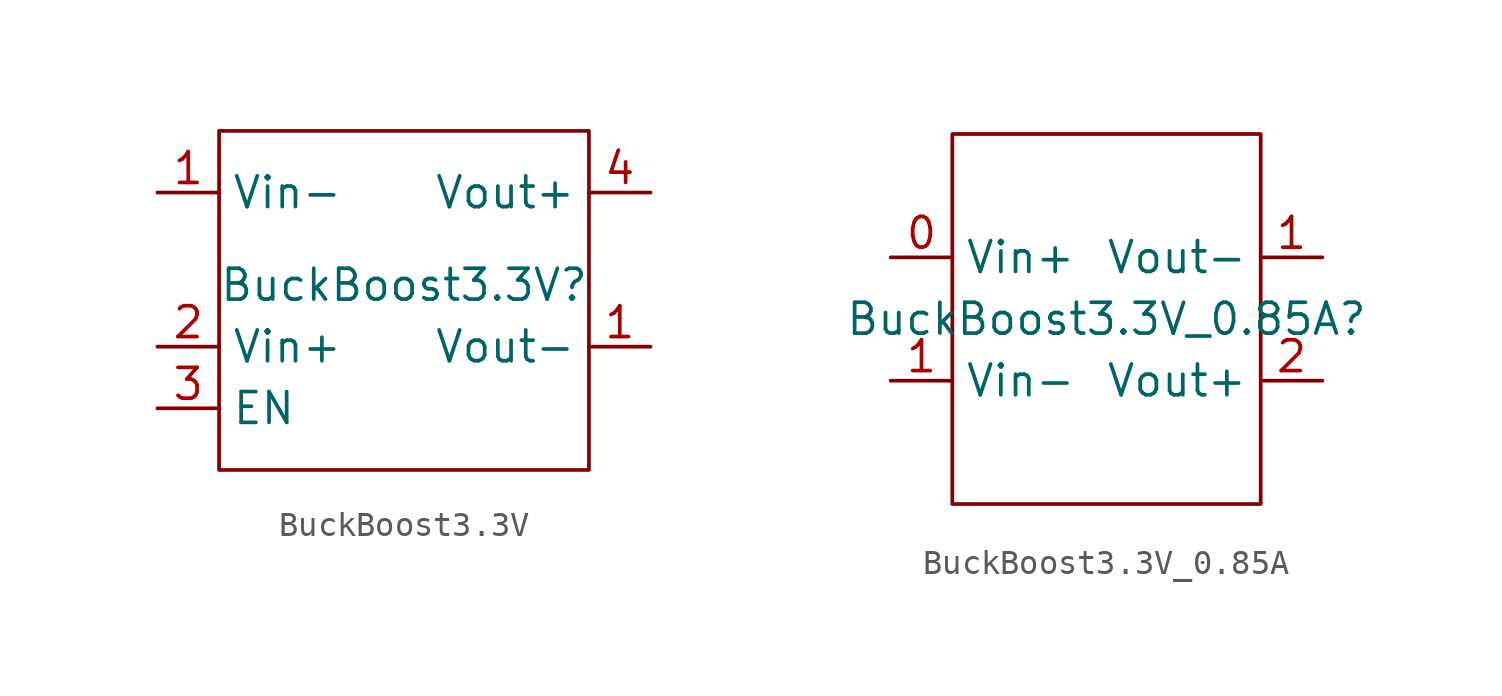
<source format=kicad_sym>
(kicad_symbol_lib
  (version 20231120)
  (generator "kicad_symbol_editor")
  (generator_version "8.0")
  (symbol "BuckBoost3.3V"
    (property "Reference" "BuckBoost3.3V"
      (at 0 0 0)
      (effects (font (size 1.27 1.27))))
    (property "Value" ""
      (at 0 0 0)
      (effects (font (size 1.27 1.27))))
    (symbol "BuckBoost3.3V_0_1"
      (rectangle (start -7.62 6.35) (end 7.62 -7.62) (stroke (width 0) (type default)) (fill (type none))))
    (symbol "BuckBoost3.3V_1_1"
      (pin input line (at -10.16 3.81 0) (length 2.54) (name "Vin-" (effects (font (size 1.27 1.27)))) (number "1" (effects (font (size 1.27 1.27)))))
      (pin output line (at 10.16 -2.54 180) (length 2.54) (name "Vout-" (effects (font (size 1.27 1.27)))) (number "1" (effects (font (size 1.27 1.27)))))
      (pin input line (at -10.16 -2.54 0) (length 2.54) (name "Vin+" (effects (font (size 1.27 1.27)))) (number "2" (effects (font (size 1.27 1.27)))))
      (pin input line (at -10.16 -5.08 0) (length 2.54) (name "EN" (effects (font (size 1.27 1.27)))) (number "3" (effects (font (size 1.27 1.27)))))
      (pin output line (at 10.16 3.81 180) (length 2.54) (name "Vout+" (effects (font (size 1.27 1.27)))) (number "4" (effects (font (size 1.27 1.27)))))))
  (symbol "BuckBoost3.3V_0.85A"
    (property "Reference" "BuckBoost3.3V_0.85A"
      (at 0 0 0)
      (effects (font (size 1.27 1.27))))
    (property "Value" ""
      (at 0 0 0)
      (effects (font (size 1.27 1.27))))
    (symbol "BuckBoost3.3V_0.85A_0_1"
      (rectangle (start -6.35 7.62) (end 6.35 -7.62) (stroke (width 0) (type default)) (fill (type none))))
    (symbol "BuckBoost3.3V_0.85A_1_1"
      (pin input line (at -8.89 2.54 0) (length 2.54) (name "Vin+" (effects (font (size 1.27 1.27)))) (number "0" (effects (font (size 1.27 1.27)))))
      (pin bidirectional line (at -8.89 -2.54 0) (length 2.54) (name "Vin-" (effects (font (size 1.27 1.27)))) (number "1" (effects (font (size 1.27 1.27)))))
      (pin bidirectional line (at 8.89 2.54 180) (length 2.54) (name "Vout-" (effects (font (size 1.27 1.27)))) (number "1" (effects (font (size 1.27 1.27)))))
      (pin output line (at 8.89 -2.54 180) (length 2.54) (name "Vout+" (effects (font (size 1.27 1.27)))) (number "2" (effects (font (size 1.27 1.27))))))))
</source>
